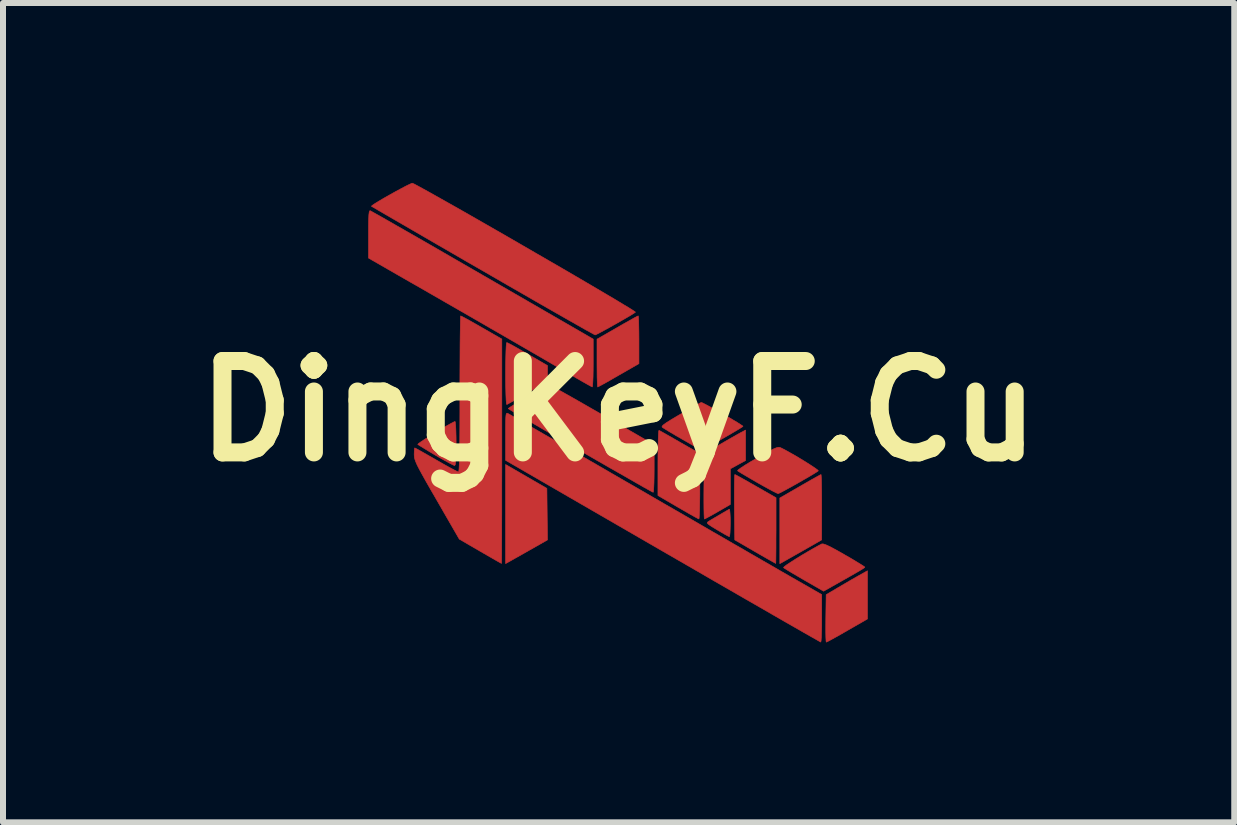
<source format=kicad_pcb>
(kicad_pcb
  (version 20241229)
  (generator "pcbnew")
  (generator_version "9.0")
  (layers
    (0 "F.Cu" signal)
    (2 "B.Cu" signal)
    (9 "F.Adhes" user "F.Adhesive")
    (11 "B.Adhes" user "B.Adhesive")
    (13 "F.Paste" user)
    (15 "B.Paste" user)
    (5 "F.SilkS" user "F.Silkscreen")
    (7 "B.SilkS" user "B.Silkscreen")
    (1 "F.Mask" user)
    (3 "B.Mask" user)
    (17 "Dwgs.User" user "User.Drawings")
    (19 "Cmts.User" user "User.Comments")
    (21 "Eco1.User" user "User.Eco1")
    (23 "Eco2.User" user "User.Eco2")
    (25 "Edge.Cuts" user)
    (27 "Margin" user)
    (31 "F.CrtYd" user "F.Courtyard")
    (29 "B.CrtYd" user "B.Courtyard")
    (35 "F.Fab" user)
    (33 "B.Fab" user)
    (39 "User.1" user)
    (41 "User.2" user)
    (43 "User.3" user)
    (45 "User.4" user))
  (footprint "DingKeyF.Cu"
    (layer "F.Cu")
    (at 7.264 3.804)
    (property "Reference" "DingKeyF.Cu" (at 0 0 0) (layer "F.SilkS") (effects (font (size 1.524 1.524) (thickness 0.3))))
    (attr through_hole exclude_from_pos_files exclude_from_bom)
    (fp_poly (pts (xy -1.196 1.289) (xy -1.191 1.719) (xy -1.186 2.148) (xy -1.391 2.265) (xy -1.494 2.323) (xy -1.601 2.384) (xy -1.697 2.438) (xy -1.74 2.462) (xy -1.884 2.543) (xy -1.884 0.891) (xy -1.196 1.289)) (stroke (width 0.01) (type solid)) (fill yes) (layer "F.Cu"))
    (fp_poly (pts (xy 4.149 3.466) (xy 3.813 3.659) (xy 3.706 3.721) (xy 3.611 3.774) (xy 3.535 3.816) (xy 3.484 3.843) (xy 3.463 3.852) (xy 3.459 3.832) (xy 3.456 3.776) (xy 3.454 3.691) (xy 3.454 3.584) (xy 3.455 3.46) (xy 3.455 3.456) (xy 3.461 3.061) (xy 3.669 2.938) (xy 3.77 2.879) (xy 3.874 2.818) (xy 3.967 2.765) (xy 4.013 2.739) (xy 4.149 2.663) (xy 4.149 3.466)) (stroke (width 0.01) (type solid)) (fill yes) (layer "F.Cu"))
    (fp_poly (pts (xy 3.378 1.079) (xy 3.381 1.136) (xy 3.383 1.224) (xy 3.385 1.337) (xy 3.386 1.471) (xy 3.386 1.603) (xy 3.385 2.148) (xy 3.137 2.29) (xy 3.035 2.348) (xy 2.936 2.404) (xy 2.851 2.452) (xy 2.792 2.486) (xy 2.789 2.487) (xy 2.688 2.544) (xy 2.688 1.449) (xy 3.026 1.254) (xy 3.134 1.192) (xy 3.228 1.138) (xy 3.304 1.096) (xy 3.355 1.068) (xy 3.375 1.058) (xy 3.378 1.079)) (stroke (width 0.01) (type solid)) (fill yes) (layer "F.Cu"))
    (fp_poly (pts (xy 2.117 0.824) (xy 1.99 0.893) (xy 1.863 0.963) (xy 1.863 1.26) (xy 1.863 1.557) (xy 1.654 1.678) (xy 1.57 1.726) (xy 1.499 1.765) (xy 1.45 1.791) (xy 1.431 1.799) (xy 1.428 1.779) (xy 1.425 1.722) (xy 1.423 1.634) (xy 1.422 1.52) (xy 1.422 1.386) (xy 1.423 1.254) (xy 1.429 0.71) (xy 1.693 0.555) (xy 1.795 0.496) (xy 1.891 0.441) (xy 1.972 0.395) (xy 2.028 0.364) (xy 2.037 0.359) (xy 2.117 0.317) (xy 2.117 0.824)) (stroke (width 0.01) (type solid)) (fill yes) (layer "F.Cu"))
    (fp_poly (pts (xy 0.331 -1.567) (xy 0.334 -1.512) (xy 0.336 -1.426) (xy 0.338 -1.319) (xy 0.339 -1.194) (xy 0.339 -1.189) (xy 0.339 -0.791) (xy 0.001 -0.597) (xy -0.107 -0.535) (xy -0.201 -0.481) (xy -0.277 -0.439) (xy -0.328 -0.412) (xy -0.348 -0.402) (xy -0.352 -0.422) (xy -0.355 -0.478) (xy -0.358 -0.563) (xy -0.359 -0.671) (xy -0.36 -0.795) (xy -0.36 -1.199) (xy -0.022 -1.393) (xy 0.085 -1.455) (xy 0.18 -1.508) (xy 0.256 -1.551) (xy 0.307 -1.578) (xy 0.327 -1.587) (xy 0.331 -1.567)) (stroke (width 0.01) (type solid)) (fill yes) (layer "F.Cu"))
    (fp_poly (pts (xy 1.853 1.652) (xy 1.858 1.702) (xy 1.862 1.779) (xy 1.863 1.861) (xy 1.861 1.955) (xy 1.858 2.031) (xy 1.852 2.079) (xy 1.847 2.094) (xy 1.823 2.083) (xy 1.771 2.055) (xy 1.701 2.014) (xy 1.643 1.98) (xy 1.559 1.929) (xy 1.507 1.895) (xy 1.482 1.873) (xy 1.479 1.858) (xy 1.493 1.844) (xy 1.505 1.836) (xy 1.545 1.812) (xy 1.606 1.776) (xy 1.678 1.734) (xy 1.749 1.692) (xy 1.808 1.658) (xy 1.843 1.638) (xy 1.847 1.636) (xy 1.853 1.652)) (stroke (width 0.01) (type solid)) (fill yes) (layer "F.Cu"))
    (fp_poly (pts (xy -1.842 -1.133) (xy -1.788 -1.105) (xy -1.71 -1.062) (xy -1.615 -1.007) (xy -1.516 -0.951) (xy -1.185 -0.758) (xy -1.186 -0.628) (xy -1.186 -0.497) (xy -1.515 -0.307) (xy -1.622 -0.245) (xy -1.717 -0.191) (xy -1.793 -0.148) (xy -1.844 -0.12) (xy -1.864 -0.109) (xy -1.87 -0.128) (xy -1.875 -0.184) (xy -1.879 -0.276) (xy -1.882 -0.398) (xy -1.884 -0.547) (xy -1.884 -0.623) (xy -1.883 -0.766) (xy -1.881 -0.894) (xy -1.878 -1.002) (xy -1.874 -1.083) (xy -1.869 -1.131) (xy -1.865 -1.143) (xy -1.842 -1.133)) (stroke (width 0.01) (type solid)) (fill yes) (layer "F.Cu"))
    (fp_poly (pts (xy 0.696 0.333) (xy 0.749 0.363) (xy 0.827 0.407) (xy 0.923 0.462) (xy 1.022 0.519) (xy 1.354 0.709) (xy 1.354 1.254) (xy 1.354 1.401) (xy 1.352 1.533) (xy 1.35 1.644) (xy 1.346 1.729) (xy 1.343 1.782) (xy 1.339 1.798) (xy 1.316 1.788) (xy 1.263 1.759) (xy 1.186 1.716) (xy 1.091 1.661) (xy 0.99 1.603) (xy 0.656 1.408) (xy 0.656 0.861) (xy 0.657 0.714) (xy 0.659 0.583) (xy 0.661 0.473) (xy 0.665 0.388) (xy 0.669 0.336) (xy 0.673 0.321) (xy 0.696 0.333)) (stroke (width 0.01) (type solid)) (fill yes) (layer "F.Cu"))
    (fp_poly (pts (xy 1.96 1.068) (xy 2.012 1.096) (xy 2.089 1.139) (xy 2.184 1.193) (xy 2.288 1.252) (xy 2.625 1.445) (xy 2.625 1.993) (xy 2.624 2.14) (xy 2.624 2.272) (xy 2.623 2.384) (xy 2.622 2.469) (xy 2.621 2.523) (xy 2.619 2.54) (xy 2.6 2.529) (xy 2.55 2.501) (xy 2.475 2.459) (xy 2.381 2.405) (xy 2.275 2.344) (xy 1.937 2.148) (xy 1.931 1.603) (xy 1.93 1.456) (xy 1.93 1.325) (xy 1.931 1.213) (xy 1.933 1.128) (xy 1.935 1.075) (xy 1.938 1.058) (xy 1.96 1.068)) (stroke (width 0.01) (type solid)) (fill yes) (layer "F.Cu"))
    (fp_poly (pts (xy -2.722 0.191) (xy -2.717 0.244) (xy -2.713 0.327) (xy -2.71 0.432) (xy -2.709 0.538) (xy -2.71 0.679) (xy -2.712 0.782) (xy -2.717 0.851) (xy -2.723 0.892) (xy -2.733 0.908) (xy -2.736 0.908) (xy -2.762 0.897) (xy -2.818 0.868) (xy -2.897 0.825) (xy -2.991 0.772) (xy -3.046 0.74) (xy -3.145 0.681) (xy -3.231 0.629) (xy -3.298 0.588) (xy -3.339 0.562) (xy -3.348 0.556) (xy -3.335 0.541) (xy -3.292 0.51) (xy -3.227 0.467) (xy -3.146 0.415) (xy -3.056 0.359) (xy -2.964 0.303) (xy -2.877 0.252) (xy -2.802 0.21) (xy -2.746 0.181) (xy -2.727 0.173) (xy -2.722 0.191)) (stroke (width 0.01) (type solid)) (fill yes) (layer "F.Cu"))
    (fp_poly (pts (xy 1.4 -0.136) (xy 1.451 -0.11) (xy 1.524 -0.071) (xy 1.613 -0.022) (xy 1.709 0.032) (xy 1.807 0.088) (xy 1.899 0.142) (xy 1.978 0.189) (xy 2.037 0.227) (xy 2.07 0.249) (xy 2.074 0.254) (xy 2.056 0.268) (xy 2.005 0.3) (xy 1.926 0.347) (xy 1.823 0.407) (xy 1.701 0.477) (xy 1.563 0.555) (xy 1.481 0.601) (xy 1.385 0.655) (xy 1.068 0.473) (xy 0.962 0.412) (xy 0.869 0.357) (xy 0.793 0.311) (xy 0.743 0.28) (xy 0.726 0.267) (xy 0.725 0.253) (xy 0.747 0.23) (xy 0.796 0.194) (xy 0.874 0.145) (xy 0.985 0.079) (xy 1.03 0.053) (xy 1.137 -0.009) (xy 1.232 -0.063) (xy 1.307 -0.105) (xy 1.358 -0.134) (xy 1.377 -0.144) (xy 1.4 -0.136)) (stroke (width 0.01) (type solid)) (fill yes) (layer "F.Cu"))
    (fp_poly (pts (xy 3.458 2.23) (xy 3.527 2.262) (xy 3.624 2.314) (xy 3.752 2.386) (xy 3.765 2.394) (xy 3.873 2.456) (xy 3.966 2.512) (xy 4.04 2.557) (xy 4.088 2.588) (xy 4.106 2.602) (xy 4.106 2.602) (xy 4.101 2.608) (xy 4.086 2.62) (xy 4.056 2.639) (xy 4.008 2.668) (xy 3.937 2.709) (xy 3.841 2.764) (xy 3.715 2.835) (xy 3.556 2.925) (xy 3.418 3.003) (xy 3.093 2.816) (xy 2.987 2.754) (xy 2.893 2.699) (xy 2.818 2.654) (xy 2.768 2.623) (xy 2.75 2.61) (xy 2.762 2.595) (xy 2.804 2.563) (xy 2.871 2.519) (xy 2.955 2.465) (xy 3.049 2.407) (xy 3.149 2.348) (xy 3.246 2.292) (xy 3.334 2.243) (xy 3.388 2.215) (xy 3.412 2.215) (xy 3.458 2.23)) (stroke (width 0.01) (type solid)) (fill yes) (layer "F.Cu"))
    (fp_poly (pts (xy 2.687 0.606) (xy 2.704 0.612) (xy 2.766 0.643) (xy 2.845 0.687) (xy 2.936 0.738) (xy 3.031 0.795) (xy 3.123 0.851) (xy 3.206 0.904) (xy 3.272 0.948) (xy 3.316 0.98) (xy 3.33 0.995) (xy 3.33 0.996) (xy 3.303 1.015) (xy 3.247 1.05) (xy 3.17 1.096) (xy 3.079 1.148) (xy 2.982 1.204) (xy 2.886 1.258) (xy 2.798 1.306) (xy 2.726 1.345) (xy 2.678 1.369) (xy 2.66 1.376) (xy 2.634 1.366) (xy 2.578 1.338) (xy 2.498 1.295) (xy 2.402 1.242) (xy 2.317 1.194) (xy 2.212 1.133) (xy 2.12 1.079) (xy 2.047 1.036) (xy 1.999 1.006) (xy 1.983 0.995) (xy 1.995 0.98) (xy 2.038 0.948) (xy 2.108 0.902) (xy 2.198 0.847) (xy 2.305 0.785) (xy 2.307 0.783) (xy 2.429 0.714) (xy 2.519 0.664) (xy 2.584 0.631) (xy 2.63 0.612) (xy 2.663 0.604) (xy 2.687 0.606)) (stroke (width 0.01) (type solid)) (fill yes) (layer "F.Cu"))
    (fp_poly (pts (xy -4.12 -3.329) (xy -4.065 -3.298) (xy -3.977 -3.249) (xy -3.86 -3.182) (xy -3.717 -3.1) (xy -3.549 -3.004) (xy -3.36 -2.896) (xy -3.151 -2.776) (xy -2.926 -2.646) (xy -2.687 -2.508) (xy -2.436 -2.363) (xy -2.269 -2.267) (xy -0.423 -1.2) (xy -0.423 -0.801) (xy -0.424 -0.677) (xy -0.426 -0.568) (xy -0.43 -0.482) (xy -0.434 -0.425) (xy -0.439 -0.403) (xy -0.439 -0.403) (xy -0.462 -0.414) (xy -0.515 -0.443) (xy -0.591 -0.486) (xy -0.687 -0.541) (xy -0.783 -0.597) (xy -0.899 -0.665) (xy -1.047 -0.751) (xy -1.223 -0.854) (xy -1.423 -0.97) (xy -1.643 -1.097) (xy -1.879 -1.234) (xy -2.126 -1.376) (xy -2.38 -1.523) (xy -2.637 -1.671) (xy -2.893 -1.818) (xy -3.143 -1.962) (xy -3.383 -2.1) (xy -3.468 -2.148) (xy -4.169 -2.551) (xy -4.169 -2.949) (xy -4.169 -3.093) (xy -4.167 -3.199) (xy -4.164 -3.272) (xy -4.158 -3.317) (xy -4.15 -3.338) (xy -4.142 -3.341) (xy -4.12 -3.329)) (stroke (width 0.01) (type solid)) (fill yes) (layer "F.Cu"))
    (fp_poly (pts (xy -1.13 -0.424) (xy -1.075 -0.394) (xy -0.991 -0.348) (xy -0.881 -0.286) (xy -0.749 -0.212) (xy -0.599 -0.126) (xy -0.435 -0.032) (xy -0.269 0.063) (xy 0.593 0.561) (xy 0.593 0.958) (xy 0.592 1.082) (xy 0.59 1.19) (xy 0.586 1.276) (xy 0.582 1.333) (xy 0.577 1.354) (xy 0.577 1.354) (xy 0.556 1.344) (xy 0.502 1.314) (xy 0.417 1.267) (xy 0.305 1.203) (xy 0.169 1.125) (xy 0.012 1.035) (xy -0.164 0.935) (xy -0.355 0.825) (xy -0.558 0.708) (xy -0.64 0.661) (xy -0.846 0.542) (xy -1.041 0.429) (xy -1.222 0.324) (xy -1.385 0.229) (xy -1.528 0.145) (xy -1.648 0.074) (xy -1.742 0.019) (xy -1.806 -0.02) (xy -1.838 -0.04) (xy -1.84 -0.042) (xy -1.823 -0.056) (xy -1.776 -0.086) (xy -1.705 -0.129) (xy -1.618 -0.18) (xy -1.523 -0.234) (xy -1.425 -0.29) (xy -1.333 -0.341) (xy -1.253 -0.385) (xy -1.192 -0.417) (xy -1.157 -0.433) (xy -1.153 -0.434) (xy -1.13 -0.424)) (stroke (width 0.01) (type solid)) (fill yes) (layer "F.Cu"))
    (fp_poly (pts (xy -1.848 0.039) (xy -1.842 0.042) (xy -1.817 0.056) (xy -1.758 0.09) (xy -1.669 0.141) (xy -1.553 0.208) (xy -1.413 0.289) (xy -1.252 0.382) (xy -1.073 0.485) (xy -0.88 0.597) (xy -0.675 0.715) (xy -0.588 0.766) (xy -0.359 0.898) (xy -0.125 1.034) (xy 0.11 1.17) (xy 0.34 1.302) (xy 0.559 1.429) (xy 0.762 1.547) (xy 0.945 1.652) (xy 1.101 1.742) (xy 1.217 1.809) (xy 1.386 1.907) (xy 1.565 2.011) (xy 1.746 2.115) (xy 1.918 2.215) (xy 2.074 2.304) (xy 2.202 2.379) (xy 2.212 2.384) (xy 2.364 2.472) (xy 2.536 2.571) (xy 2.712 2.673) (xy 2.879 2.769) (xy 3 2.838) (xy 3.386 3.059) (xy 3.386 3.455) (xy 3.386 3.58) (xy 3.383 3.688) (xy 3.38 3.774) (xy 3.376 3.83) (xy 3.371 3.851) (xy 3.371 3.851) (xy 3.351 3.841) (xy 3.297 3.81) (xy 3.21 3.761) (xy 3.092 3.694) (xy 2.946 3.61) (xy 2.774 3.512) (xy 2.578 3.399) (xy 2.36 3.273) (xy 2.121 3.136) (xy 1.865 2.988) (xy 1.592 2.831) (xy 1.306 2.665) (xy 1.008 2.493) (xy 0.736 2.336) (xy -1.884 0.821) (xy -1.884 0.42) (xy -1.884 0.281) (xy -1.883 0.179) (xy -1.881 0.109) (xy -1.877 0.065) (xy -1.87 0.042) (xy -1.861 0.035) (xy -1.848 0.039)) (stroke (width 0.01) (type solid)) (fill yes) (layer "F.Cu"))
    (fp_poly (pts (xy -3.415 -3.789) (xy -3.358 -3.759) (xy -3.27 -3.711) (xy -3.156 -3.648) (xy -3.017 -3.57) (xy -2.857 -3.48) (xy -2.678 -3.379) (xy -2.485 -3.269) (xy -2.279 -3.151) (xy -2.063 -3.027) (xy -1.842 -2.9) (xy -1.617 -2.77) (xy -1.391 -2.639) (xy -1.168 -2.51) (xy -0.95 -2.384) (xy -0.741 -2.262) (xy -0.543 -2.146) (xy -0.359 -2.038) (xy -0.193 -1.94) (xy -0.046 -1.853) (xy 0.076 -1.779) (xy 0.173 -1.721) (xy 0.241 -1.678) (xy 0.276 -1.654) (xy 0.281 -1.649) (xy 0.254 -1.63) (xy 0.199 -1.596) (xy 0.122 -1.551) (xy 0.032 -1.499) (xy -0.065 -1.444) (xy -0.161 -1.39) (xy -0.249 -1.342) (xy -0.321 -1.303) (xy -0.371 -1.278) (xy -0.39 -1.27) (xy -0.411 -1.28) (xy -0.467 -1.311) (xy -0.554 -1.359) (xy -0.67 -1.425) (xy -0.813 -1.506) (xy -0.98 -1.601) (xy -1.169 -1.709) (xy -1.377 -1.828) (xy -1.602 -1.958) (xy -1.841 -2.095) (xy -2.092 -2.24) (xy -2.263 -2.339) (xy -2.521 -2.487) (xy -2.767 -2.63) (xy -3.001 -2.765) (xy -3.22 -2.892) (xy -3.42 -3.008) (xy -3.601 -3.113) (xy -3.758 -3.204) (xy -3.891 -3.281) (xy -3.996 -3.342) (xy -4.07 -3.386) (xy -4.113 -3.41) (xy -4.121 -3.416) (xy -4.108 -3.429) (xy -4.064 -3.459) (xy -3.997 -3.5) (xy -3.913 -3.55) (xy -3.819 -3.603) (xy -3.723 -3.657) (xy -3.63 -3.707) (xy -3.549 -3.75) (xy -3.485 -3.781) (xy -3.446 -3.798) (xy -3.44 -3.799) (xy -3.415 -3.789)) (stroke (width 0.01) (type solid)) (fill yes) (layer "F.Cu"))
    (fp_poly (pts (xy -2.611 -1.577) (xy -2.558 -1.549) (xy -2.481 -1.507) (xy -2.386 -1.453) (xy -2.283 -1.394) (xy -1.947 -1.201) (xy -1.947 0.67) (xy -1.947 0.947) (xy -1.948 1.212) (xy -1.948 1.461) (xy -1.948 1.692) (xy -1.949 1.902) (xy -1.949 2.087) (xy -1.95 2.245) (xy -1.95 2.372) (xy -1.951 2.465) (xy -1.952 2.522) (xy -1.953 2.54) (xy -1.972 2.53) (xy -2.022 2.502) (xy -2.097 2.459) (xy -2.191 2.405) (xy -2.3 2.342) (xy -2.307 2.338) (xy -2.656 2.135) (xy -3.032 1.483) (xy -3.132 1.31) (xy -3.212 1.17) (xy -3.275 1.057) (xy -3.323 0.969) (xy -3.358 0.901) (xy -3.381 0.848) (xy -3.396 0.807) (xy -3.404 0.773) (xy -3.407 0.743) (xy -3.408 0.723) (xy -3.406 0.661) (xy -3.402 0.622) (xy -3.399 0.614) (xy -3.378 0.624) (xy -3.327 0.652) (xy -3.251 0.695) (xy -3.156 0.749) (xy -3.047 0.811) (xy -3.041 0.815) (xy -2.931 0.878) (xy -2.833 0.933) (xy -2.752 0.976) (xy -2.696 1.005) (xy -2.67 1.016) (xy -2.669 1.016) (xy -2.664 1.003) (xy -2.66 0.961) (xy -2.656 0.889) (xy -2.653 0.786) (xy -2.65 0.65) (xy -2.648 0.478) (xy -2.647 0.269) (xy -2.646 0.022) (xy -2.646 -0.266) (xy -2.646 -0.286) (xy -2.646 -0.516) (xy -2.645 -0.734) (xy -2.644 -0.934) (xy -2.643 -1.115) (xy -2.641 -1.272) (xy -2.639 -1.401) (xy -2.637 -1.499) (xy -2.635 -1.562) (xy -2.633 -1.587) (xy -2.632 -1.587) (xy -2.611 -1.577)) (stroke (width 0.01) (type solid)) (fill yes) (layer "F.Cu")))
  (gr_rect
    (start -3 -3)
    (end 17.529 10.661)
    (stroke (width 0.1) (type default))
    (fill no)
    (layer "Edge.Cuts")))
</source>
